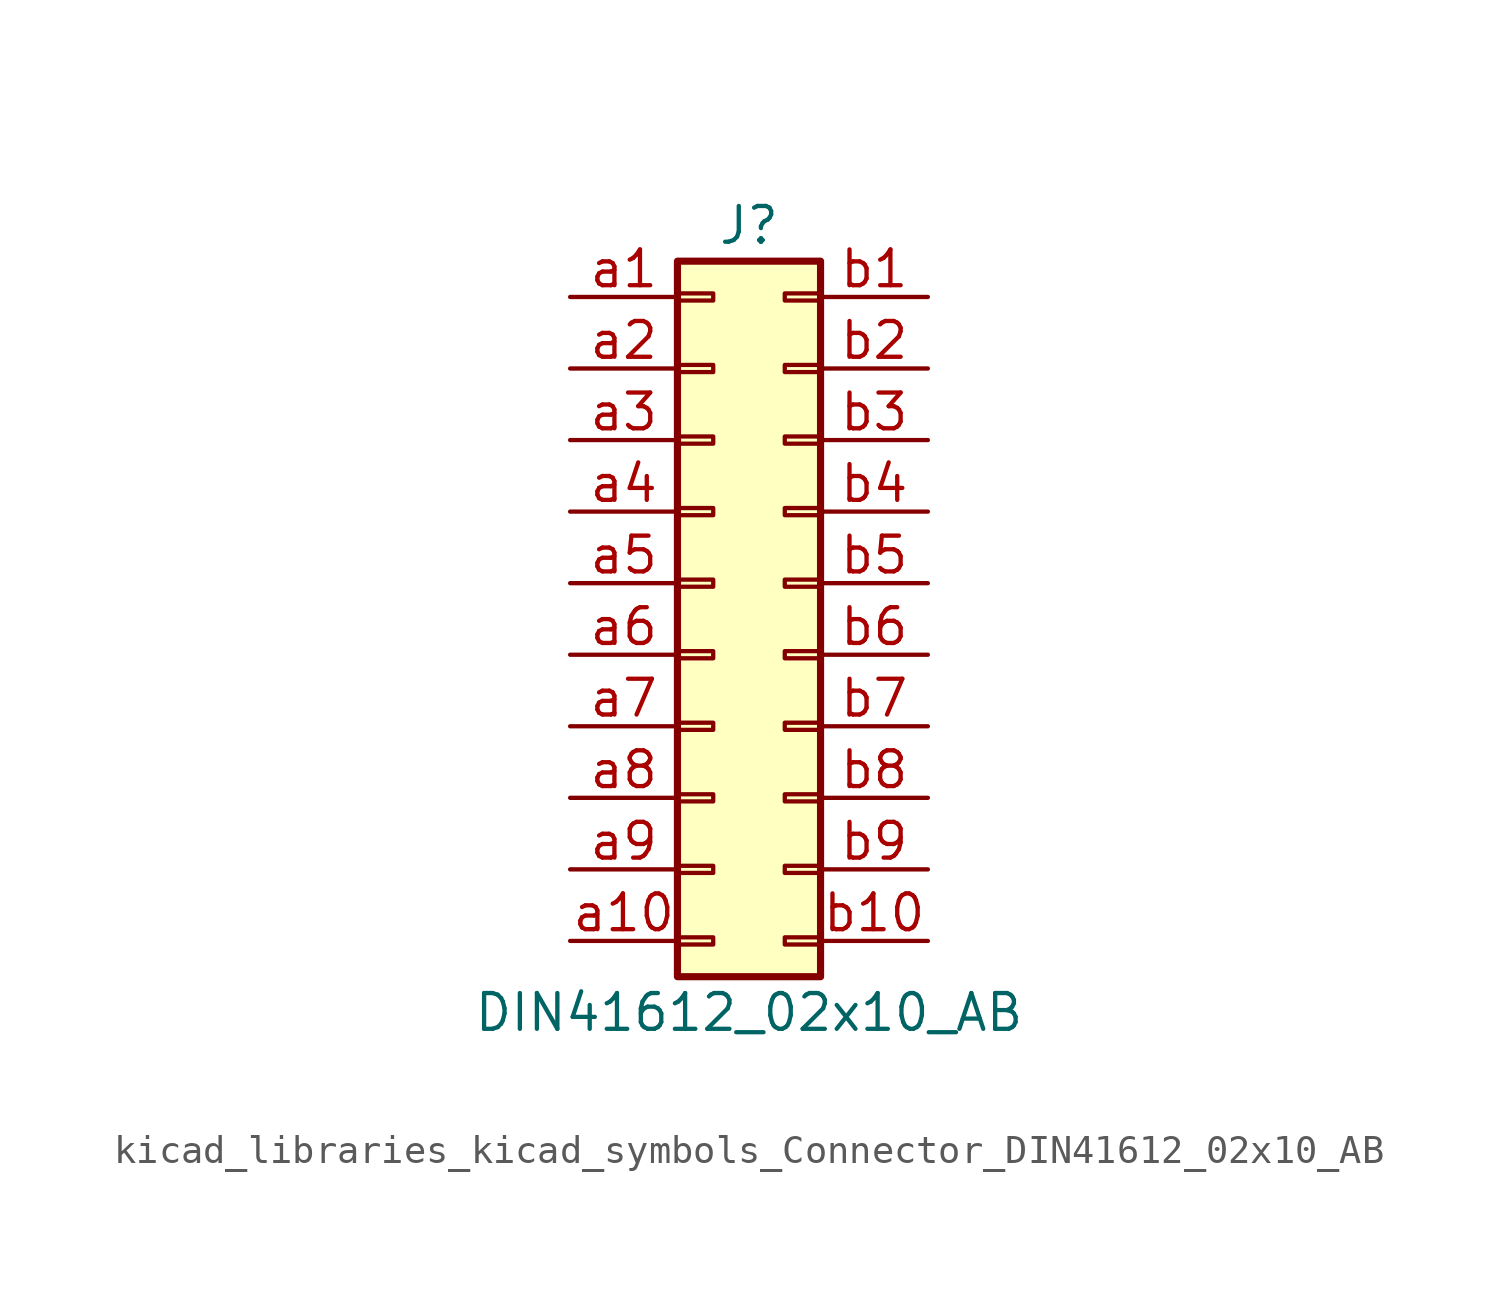
<source format=kicad_sym>
(kicad_symbol_lib
  (version 20220914)
  (generator kicad_symbol_editor)
  (symbol "kicad_libraries_kicad_symbols_Connector_DIN41612_02x10_AB"
    (pin_names
      (offset 1.016) hide)
    (property "Reference" "J"
      (at 1.27 12.7 0)
      (effects (font (size 1.27 1.27))))
    (property "Value" "DIN41612_02x10_AB"
      (at 1.27 -15.24 0)
      (effects (font (size 1.27 1.27))))
    (symbol "kicad_libraries_kicad_symbols_Connector_DIN41612_02x10_AB_1_1"
      (rectangle (start -1.27 -12.573) (end 0 -12.827) (stroke (width 0.152) (type default)) (fill (type none)))
      (rectangle (start -1.27 -10.033) (end 0 -10.287) (stroke (width 0.152) (type default)) (fill (type none)))
      (rectangle (start -1.27 -7.493) (end 0 -7.747) (stroke (width 0.152) (type default)) (fill (type none)))
      (rectangle (start -1.27 -4.953) (end 0 -5.207) (stroke (width 0.152) (type default)) (fill (type none)))
      (rectangle (start -1.27 -2.413) (end 0 -2.667) (stroke (width 0.152) (type default)) (fill (type none)))
      (rectangle (start -1.27 0.127) (end 0 -0.127) (stroke (width 0.152) (type default)) (fill (type none)))
      (rectangle (start -1.27 2.667) (end 0 2.413) (stroke (width 0.152) (type default)) (fill (type none)))
      (rectangle (start -1.27 5.207) (end 0 4.953) (stroke (width 0.152) (type default)) (fill (type none)))
      (rectangle (start -1.27 7.747) (end 0 7.493) (stroke (width 0.152) (type default)) (fill (type none)))
      (rectangle (start -1.27 10.287) (end 0 10.033) (stroke (width 0.152) (type default)) (fill (type none)))
      (rectangle (start -1.27 11.43) (end 3.81 -13.97) (stroke (width 0.254) (type default)) (fill (type background)))
      (rectangle (start 3.81 -12.573) (end 2.54 -12.827) (stroke (width 0.152) (type default)) (fill (type none)))
      (rectangle (start 3.81 -10.033) (end 2.54 -10.287) (stroke (width 0.152) (type default)) (fill (type none)))
      (rectangle (start 3.81 -7.493) (end 2.54 -7.747) (stroke (width 0.152) (type default)) (fill (type none)))
      (rectangle (start 3.81 -4.953) (end 2.54 -5.207) (stroke (width 0.152) (type default)) (fill (type none)))
      (rectangle (start 3.81 -2.413) (end 2.54 -2.667) (stroke (width 0.152) (type default)) (fill (type none)))
      (rectangle (start 3.81 0.127) (end 2.54 -0.127) (stroke (width 0.152) (type default)) (fill (type none)))
      (rectangle (start 3.81 2.667) (end 2.54 2.413) (stroke (width 0.152) (type default)) (fill (type none)))
      (rectangle (start 3.81 5.207) (end 2.54 4.953) (stroke (width 0.152) (type default)) (fill (type none)))
      (rectangle (start 3.81 7.747) (end 2.54 7.493) (stroke (width 0.152) (type default)) (fill (type none)))
      (rectangle (start 3.81 10.287) (end 2.54 10.033) (stroke (width 0.152) (type default)) (fill (type none)))
      (pin passive line (at -5.08 10.16 0) (length 3.81) (name "Pin_a1" (effects (font (size 1.27 1.27)))) (number "a1" (effects (font (size 1.27 1.27)))))
      (pin passive line (at -5.08 -12.7 0) (length 3.81) (name "Pin_a10" (effects (font (size 1.27 1.27)))) (number "a10" (effects (font (size 1.27 1.27)))))
      (pin passive line (at -5.08 7.62 0) (length 3.81) (name "Pin_a2" (effects (font (size 1.27 1.27)))) (number "a2" (effects (font (size 1.27 1.27)))))
      (pin passive line (at -5.08 5.08 0) (length 3.81) (name "Pin_a3" (effects (font (size 1.27 1.27)))) (number "a3" (effects (font (size 1.27 1.27)))))
      (pin passive line (at -5.08 2.54 0) (length 3.81) (name "Pin_a4" (effects (font (size 1.27 1.27)))) (number "a4" (effects (font (size 1.27 1.27)))))
      (pin passive line (at -5.08 0 0) (length 3.81) (name "Pin_a5" (effects (font (size 1.27 1.27)))) (number "a5" (effects (font (size 1.27 1.27)))))
      (pin passive line (at -5.08 -2.54 0) (length 3.81) (name "Pin_a6" (effects (font (size 1.27 1.27)))) (number "a6" (effects (font (size 1.27 1.27)))))
      (pin passive line (at -5.08 -5.08 0) (length 3.81) (name "Pin_a7" (effects (font (size 1.27 1.27)))) (number "a7" (effects (font (size 1.27 1.27)))))
      (pin passive line (at -5.08 -7.62 0) (length 3.81) (name "Pin_a8" (effects (font (size 1.27 1.27)))) (number "a8" (effects (font (size 1.27 1.27)))))
      (pin passive line (at -5.08 -10.16 0) (length 3.81) (name "Pin_a9" (effects (font (size 1.27 1.27)))) (number "a9" (effects (font (size 1.27 1.27)))))
      (pin passive line (at 7.62 10.16 180) (length 3.81) (name "Pin_b1" (effects (font (size 1.27 1.27)))) (number "b1" (effects (font (size 1.27 1.27)))))
      (pin passive line (at 7.62 -12.7 180) (length 3.81) (name "Pin_b10" (effects (font (size 1.27 1.27)))) (number "b10" (effects (font (size 1.27 1.27)))))
      (pin passive line (at 7.62 7.62 180) (length 3.81) (name "Pin_b2" (effects (font (size 1.27 1.27)))) (number "b2" (effects (font (size 1.27 1.27)))))
      (pin passive line (at 7.62 5.08 180) (length 3.81) (name "Pin_b3" (effects (font (size 1.27 1.27)))) (number "b3" (effects (font (size 1.27 1.27)))))
      (pin passive line (at 7.62 2.54 180) (length 3.81) (name "Pin_b4" (effects (font (size 1.27 1.27)))) (number "b4" (effects (font (size 1.27 1.27)))))
      (pin passive line (at 7.62 0 180) (length 3.81) (name "Pin_b5" (effects (font (size 1.27 1.27)))) (number "b5" (effects (font (size 1.27 1.27)))))
      (pin passive line (at 7.62 -2.54 180) (length 3.81) (name "Pin_b6" (effects (font (size 1.27 1.27)))) (number "b6" (effects (font (size 1.27 1.27)))))
      (pin passive line (at 7.62 -5.08 180) (length 3.81) (name "Pin_b7" (effects (font (size 1.27 1.27)))) (number "b7" (effects (font (size 1.27 1.27)))))
      (pin passive line (at 7.62 -7.62 180) (length 3.81) (name "Pin_b8" (effects (font (size 1.27 1.27)))) (number "b8" (effects (font (size 1.27 1.27)))))
      (pin passive line (at 7.62 -10.16 180) (length 3.81) (name "Pin_b9" (effects (font (size 1.27 1.27)))) (number "b9" (effects (font (size 1.27 1.27))))))))
</source>
